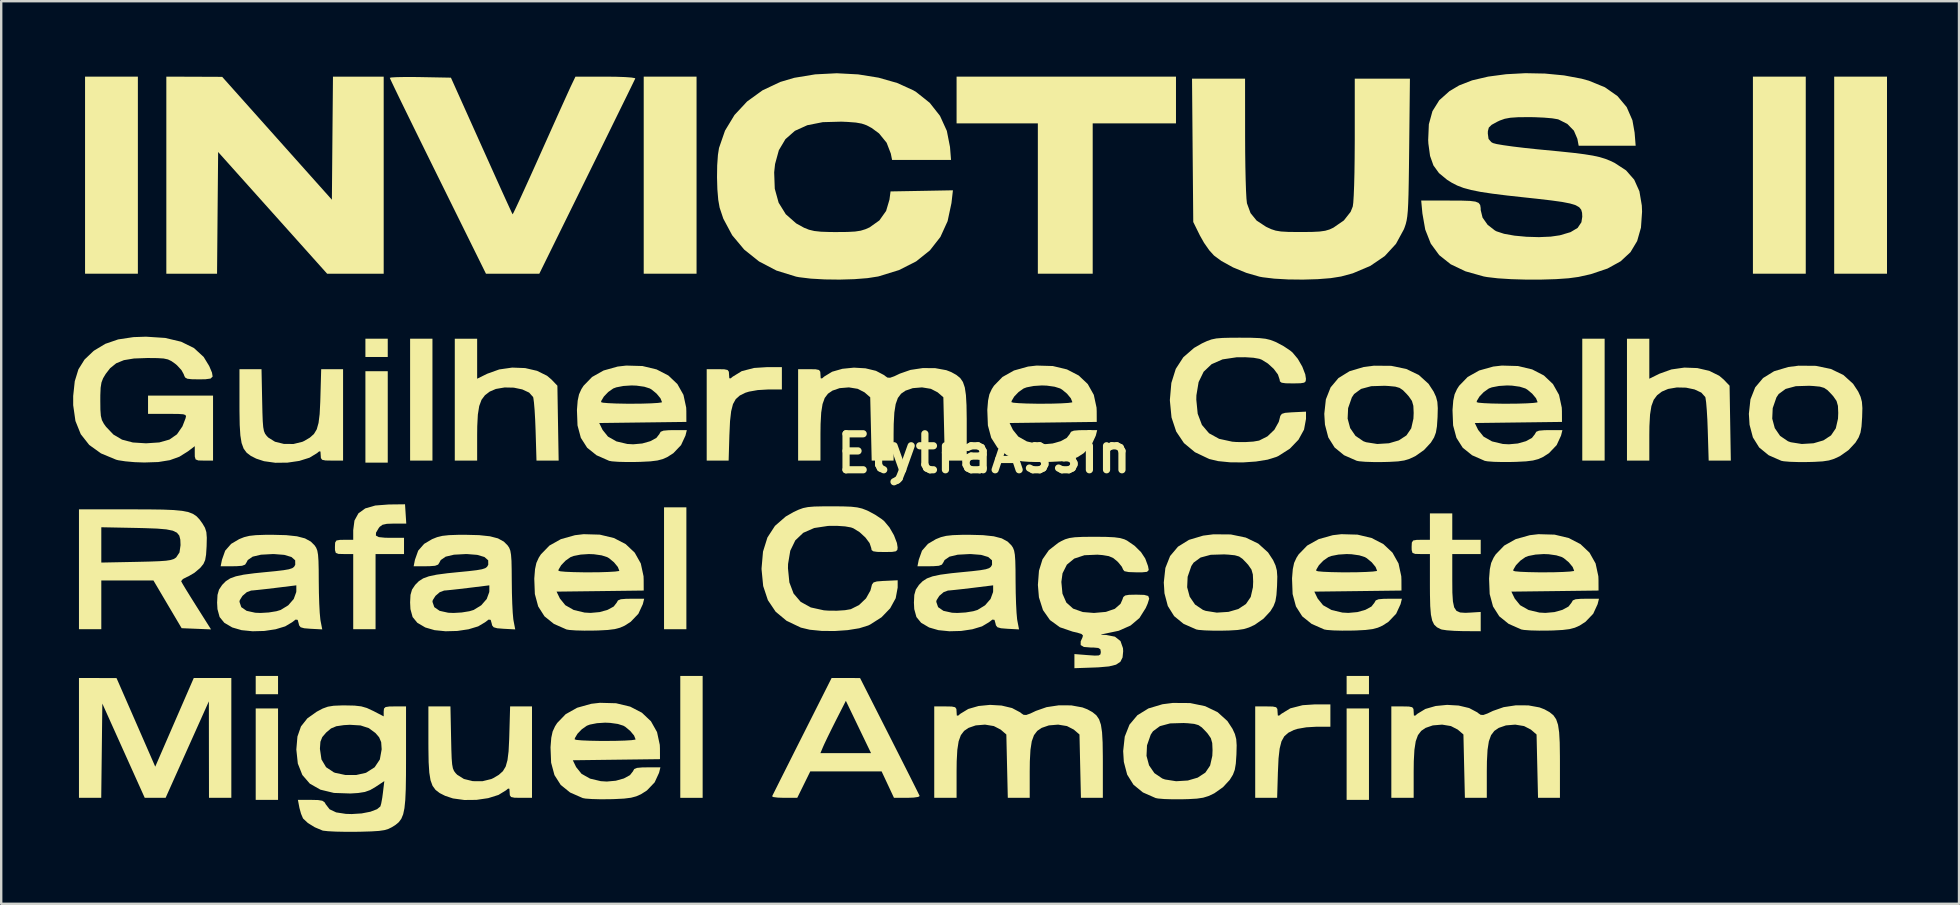
<source format=kicad_pcb>
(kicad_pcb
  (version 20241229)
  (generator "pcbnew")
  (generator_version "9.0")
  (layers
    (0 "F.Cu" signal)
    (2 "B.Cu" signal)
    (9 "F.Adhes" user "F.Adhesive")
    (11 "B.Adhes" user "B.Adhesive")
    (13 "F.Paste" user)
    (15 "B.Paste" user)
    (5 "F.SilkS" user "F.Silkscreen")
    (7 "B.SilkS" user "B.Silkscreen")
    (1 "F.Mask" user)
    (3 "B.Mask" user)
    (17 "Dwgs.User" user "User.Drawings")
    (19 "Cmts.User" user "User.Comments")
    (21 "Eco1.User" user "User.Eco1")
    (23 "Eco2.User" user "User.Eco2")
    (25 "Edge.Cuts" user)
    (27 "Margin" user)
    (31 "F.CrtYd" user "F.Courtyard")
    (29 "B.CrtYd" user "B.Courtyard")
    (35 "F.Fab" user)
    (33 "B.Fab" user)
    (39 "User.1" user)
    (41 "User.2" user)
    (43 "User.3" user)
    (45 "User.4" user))
  (footprint "ElytraAssin"
    (layer "F.Cu")
    (at 37.96 15.85)
    (property "Reference" "ElytraAssin" (at 0 0 0) (layer "F.SilkS") (effects (font (size 1.5 1.5) (thickness 0.3))))
    (attr board_only exclude_from_pos_files exclude_from_bom)
    (fp_poly (pts (xy -35.264 -11.599) (xy -35.264 -7.493) (xy -36.364 -7.493) (xy -37.465 -7.493) (xy -37.465 -11.599) (xy -37.465 -15.706) (xy -36.364 -15.706) (xy -35.264 -15.706)) (stroke (width 0) (type solid)) (fill yes) (layer "F.SilkS"))
    (fp_poly (pts (xy -29.422 9.652) (xy -29.422 10.033) (xy -29.887 10.033) (xy -30.353 10.033) (xy -30.353 9.652) (xy -30.353 9.271) (xy -29.887 9.271) (xy -29.422 9.271)) (stroke (width 0) (type solid)) (fill yes) (layer "F.SilkS"))
    (fp_poly (pts (xy -29.422 12.531) (xy -29.422 14.436) (xy -29.887 14.436) (xy -30.353 14.436) (xy -30.353 12.531) (xy -30.353 10.626) (xy -29.887 10.626) (xy -29.422 10.626)) (stroke (width 0) (type solid)) (fill yes) (layer "F.SilkS"))
    (fp_poly (pts (xy -24.85 -4.403) (xy -24.85 -4.022) (xy -25.315 -4.022) (xy -25.781 -4.022) (xy -25.781 -4.403) (xy -25.781 -4.784) (xy -25.315 -4.784) (xy -24.85 -4.784)) (stroke (width 0) (type solid)) (fill yes) (layer "F.SilkS"))
    (fp_poly (pts (xy -24.85 -1.524) (xy -24.85 0.381) (xy -25.315 0.381) (xy -25.781 0.381) (xy -25.781 -1.524) (xy -25.781 -3.429) (xy -25.315 -3.429) (xy -24.85 -3.429)) (stroke (width 0) (type solid)) (fill yes) (layer "F.SilkS"))
    (fp_poly (pts (xy -22.987 -2.244) (xy -22.987 0.296) (xy -23.453 0.296) (xy -23.918 0.296) (xy -23.918 -2.244) (xy -23.918 -4.784) (xy -23.453 -4.784) (xy -22.987 -4.784)) (stroke (width 0) (type solid)) (fill yes) (layer "F.SilkS"))
    (fp_poly (pts (xy -12.404 4.784) (xy -12.404 7.324) (xy -12.869 7.324) (xy -13.335 7.324) (xy -13.335 4.784) (xy -13.335 2.244) (xy -12.869 2.244) (xy -12.404 2.244)) (stroke (width 0) (type solid)) (fill yes) (layer "F.SilkS"))
    (fp_poly (pts (xy -11.98 -11.599) (xy -11.98 -7.493) (xy -13.081 -7.493) (xy -14.182 -7.493) (xy -14.182 -11.599) (xy -14.182 -15.706) (xy -13.081 -15.706) (xy -11.98 -15.706)) (stroke (width 0) (type solid)) (fill yes) (layer "F.SilkS"))
    (fp_poly (pts (xy -11.726 11.811) (xy -11.726 14.351) (xy -12.192 14.351) (xy -12.658 14.351) (xy -12.658 11.811) (xy -12.658 9.271) (xy -12.192 9.271) (xy -11.726 9.271)) (stroke (width 0) (type solid)) (fill yes) (layer "F.SilkS"))
    (fp_poly (pts (xy 16.044 9.652) (xy 16.044 10.033) (xy 15.579 10.033) (xy 15.113 10.033) (xy 15.113 9.652) (xy 15.113 9.271) (xy 15.579 9.271) (xy 16.044 9.271)) (stroke (width 0) (type solid)) (fill yes) (layer "F.SilkS"))
    (fp_poly (pts (xy 16.044 12.531) (xy 16.044 14.436) (xy 15.579 14.436) (xy 15.113 14.436) (xy 15.113 12.531) (xy 15.113 10.626) (xy 15.579 10.626) (xy 16.044 10.626)) (stroke (width 0) (type solid)) (fill yes) (layer "F.SilkS"))
    (fp_poly (pts (xy 25.866 -2.244) (xy 25.866 0.296) (xy 25.4 0.296) (xy 24.934 0.296) (xy 24.934 -2.244) (xy 24.934 -4.784) (xy 25.4 -4.784) (xy 25.866 -4.784)) (stroke (width 0) (type solid)) (fill yes) (layer "F.SilkS"))
    (fp_poly (pts (xy 34.248 -11.599) (xy 34.248 -7.493) (xy 33.147 -7.493) (xy 32.046 -7.493) (xy 32.046 -11.599) (xy 32.046 -15.706) (xy 33.147 -15.706) (xy 34.248 -15.706)) (stroke (width 0) (type solid)) (fill yes) (layer "F.SilkS"))
    (fp_poly (pts (xy 37.634 -11.599) (xy 37.634 -7.493) (xy 36.534 -7.493) (xy 35.433 -7.493) (xy 35.433 -11.599) (xy 35.433 -15.706) (xy 36.534 -15.706) (xy 37.634 -15.706)) (stroke (width 0) (type solid)) (fill yes) (layer "F.SilkS"))
    (fp_poly (pts (xy 8.001 -14.732) (xy 8.001 -13.758) (xy 6.265 -13.758) (xy 4.53 -13.758) (xy 4.53 -10.626) (xy 4.53 -7.493) (xy 3.387 -7.493) (xy 2.244 -7.493) (xy 2.244 -10.626) (xy 2.244 -13.758) (xy 0.55 -13.758) (xy -1.143 -13.758) (xy -1.143 -14.732) (xy -1.143 -15.706) (xy 3.429 -15.706) (xy 8.001 -15.706)) (stroke (width 0) (type solid)) (fill yes) (layer "F.SilkS"))
    (fp_poly (pts (xy -25.019 -11.599) (xy -25.019 -7.493) (xy -26.198 -7.493) (xy -27.377 -7.493) (xy -29.648 -10.029) (xy -31.919 -12.565) (xy -31.942 -10.029) (xy -31.964 -7.493) (xy -33.021 -7.493) (xy -34.078 -7.493) (xy -34.078 -11.599) (xy -34.078 -15.706) (xy -32.914 -15.702) (xy -31.75 -15.697) (xy -29.464 -13.136) (xy -27.178 -10.576) (xy -27.156 -13.141) (xy -27.133 -15.706) (xy -26.076 -15.706) (xy -25.019 -15.706)) (stroke (width 0) (type solid)) (fill yes) (layer "F.SilkS"))
    (fp_poly (pts (xy -31.369 11.853) (xy -31.369 14.351) (xy -31.835 14.351) (xy -32.3 14.351) (xy -32.303 12.34) (xy -32.305 10.329) (xy -33.207 12.34) (xy -34.108 14.351) (xy -34.543 14.351) (xy -34.978 14.351) (xy -35.862 12.387) (xy -36.745 10.423) (xy -36.768 12.387) (xy -36.791 14.351) (xy -37.255 14.351) (xy -37.719 14.351) (xy -37.719 11.853) (xy -37.719 9.356) (xy -36.936 9.358) (xy -36.153 9.361) (xy -35.346 11.207) (xy -34.54 13.052) (xy -33.738 11.205) (xy -32.935 9.358) (xy -32.152 9.357) (xy -31.369 9.356)) (stroke (width 0) (type solid)) (fill yes) (layer "F.SilkS"))
    (fp_poly (pts (xy -8.424 -3.133) (xy -8.424 -2.667) (xy -9.015 -2.667) (xy -9.428 -2.643) (xy -9.795 -2.578) (xy -9.95 -2.53) (xy -10.178 -2.416) (xy -10.345 -2.268) (xy -10.462 -2.058) (xy -10.538 -1.759) (xy -10.585 -1.345) (xy -10.61 -0.789) (xy -10.611 -0.783) (xy -10.643 0.296) (xy -11.1 0.296) (xy -11.557 0.296) (xy -11.557 -1.609) (xy -11.557 -3.514) (xy -11.091 -3.514) (xy -10.825 -3.509) (xy -10.686 -3.48) (xy -10.634 -3.408) (xy -10.626 -3.289) (xy -10.615 -3.136) (xy -10.56 -3.13) (xy -10.474 -3.201) (xy -10.095 -3.433) (xy -9.581 -3.565) (xy -9.062 -3.598) (xy -8.424 -3.598)) (stroke (width 0) (type solid)) (fill yes) (layer "F.SilkS"))
    (fp_poly (pts (xy 14.436 10.922) (xy 14.436 11.388) (xy 13.845 11.388) (xy 13.432 11.412) (xy 13.065 11.476) (xy 12.91 11.525) (xy 12.682 11.639) (xy 12.515 11.787) (xy 12.398 11.997) (xy 12.322 12.296) (xy 12.275 12.71) (xy 12.25 13.266) (xy 12.249 13.271) (xy 12.217 14.351) (xy 11.76 14.351) (xy 11.303 14.351) (xy 11.303 12.446) (xy 11.303 10.541) (xy 11.769 10.541) (xy 12.035 10.546) (xy 12.174 10.575) (xy 12.226 10.647) (xy 12.234 10.766) (xy 12.245 10.919) (xy 12.3 10.925) (xy 12.386 10.854) (xy 12.765 10.622) (xy 13.279 10.49) (xy 13.798 10.456) (xy 14.436 10.456)) (stroke (width 0) (type solid)) (fill yes) (layer "F.SilkS"))
    (fp_poly (pts (xy -21.124 -3.95) (xy -21.124 -3.116) (xy -20.703 -3.324) (xy -20.204 -3.503) (xy -19.664 -3.58) (xy -19.124 -3.56) (xy -18.627 -3.445) (xy -18.212 -3.24) (xy -18.032 -3.088) (xy -17.78 -2.826) (xy -17.754 -1.265) (xy -17.727 0.296) (xy -18.189 0.296) (xy -18.651 0.296) (xy -18.688 -0.953) (xy -18.706 -1.406) (xy -18.729 -1.808) (xy -18.756 -2.122) (xy -18.782 -2.316) (xy -18.792 -2.353) (xy -18.958 -2.538) (xy -19.242 -2.67) (xy -19.597 -2.744) (xy -19.979 -2.752) (xy -20.343 -2.69) (xy -20.6 -2.58) (xy -20.798 -2.429) (xy -20.942 -2.237) (xy -21.038 -1.976) (xy -21.095 -1.619) (xy -21.12 -1.137) (xy -21.124 -0.765) (xy -21.124 0.296) (xy -21.59 0.296) (xy -22.056 0.296) (xy -22.056 -2.244) (xy -22.056 -4.784) (xy -21.59 -4.784) (xy -21.124 -4.784)) (stroke (width 0) (type solid)) (fill yes) (layer "F.SilkS"))
    (fp_poly (pts (xy 27.728 -3.95) (xy 27.728 -3.116) (xy 28.149 -3.324) (xy 28.649 -3.503) (xy 29.189 -3.58) (xy 29.728 -3.56) (xy 30.226 -3.445) (xy 30.641 -3.24) (xy 30.821 -3.088) (xy 31.073 -2.826) (xy 31.099 -1.265) (xy 31.125 0.296) (xy 30.664 0.296) (xy 30.202 0.296) (xy 30.164 -0.953) (xy 30.147 -1.406) (xy 30.123 -1.808) (xy 30.097 -2.122) (xy 30.07 -2.316) (xy 30.06 -2.353) (xy 29.894 -2.538) (xy 29.611 -2.67) (xy 29.256 -2.744) (xy 28.874 -2.752) (xy 28.51 -2.69) (xy 28.252 -2.58) (xy 28.054 -2.429) (xy 27.911 -2.237) (xy 27.815 -1.976) (xy 27.758 -1.619) (xy 27.732 -1.137) (xy 27.728 -0.765) (xy 27.728 0.296) (xy 27.263 0.296) (xy 26.797 0.296) (xy 26.797 -2.244) (xy 26.797 -4.784) (xy 27.263 -4.784) (xy 27.728 -4.784)) (stroke (width 0) (type solid)) (fill yes) (layer "F.SilkS"))
    (fp_poly (pts (xy -24.104 2.519) (xy -24.078 2.921) (xy -24.586 2.921) (xy -24.886 2.931) (xy -25.069 2.971) (xy -25.185 3.056) (xy -25.226 3.109) (xy -25.339 3.3) (xy -25.344 3.42) (xy -25.223 3.485) (xy -24.961 3.511) (xy -24.765 3.514) (xy -24.172 3.514) (xy -24.172 3.852) (xy -24.172 4.191) (xy -24.765 4.191) (xy -25.358 4.191) (xy -25.358 5.757) (xy -25.358 7.324) (xy -25.823 7.324) (xy -26.289 7.324) (xy -26.289 5.757) (xy -26.289 4.191) (xy -26.67 4.191) (xy -26.904 4.185) (xy -27.015 4.142) (xy -27.049 4.027) (xy -27.051 3.895) (xy -27.043 3.713) (xy -26.988 3.626) (xy -26.84 3.6) (xy -26.67 3.598) (xy -26.289 3.598) (xy -26.289 3.194) (xy -26.237 2.794) (xy -26.073 2.495) (xy -25.788 2.289) (xy -25.369 2.168) (xy -24.807 2.125) (xy -24.13 2.117)) (stroke (width 0) (type solid)) (fill yes) (layer "F.SilkS"))
    (fp_poly (pts (xy -5.758 9.357) (xy -5.165 9.359) (xy -3.937 11.779) (xy -3.637 12.371) (xy -3.362 12.915) (xy -3.121 13.392) (xy -2.924 13.785) (xy -2.779 14.075) (xy -2.697 14.242) (xy -2.681 14.275) (xy -2.743 14.314) (xy -2.933 14.341) (xy -3.202 14.351) (xy -3.752 14.351) (xy -4.009 13.801) (xy -4.267 13.25) (xy -5.754 13.25) (xy -7.241 13.25) (xy -7.512 13.801) (xy -7.783 14.351) (xy -8.323 14.351) (xy -8.594 14.342) (xy -8.777 14.319) (xy -8.832 14.287) (xy -8.788 14.199) (xy -8.677 13.978) (xy -8.509 13.642) (xy -8.292 13.211) (xy -8.036 12.702) (xy -7.929 12.488) (xy -6.818 12.488) (xy -5.763 12.488) (xy -4.708 12.488) (xy -5.233 11.398) (xy -5.757 10.308) (xy -6.172 11.123) (xy -6.356 11.49) (xy -6.523 11.83) (xy -6.65 12.097) (xy -6.702 12.213) (xy -6.818 12.488) (xy -7.929 12.488) (xy -7.751 12.135) (xy -7.577 11.79) (xy -6.351 9.356)) (stroke (width 0) (type solid)) (fill yes) (layer "F.SilkS"))
    (fp_poly (pts (xy 19.516 3.048) (xy 19.516 3.598) (xy 20.108 3.598) (xy 20.701 3.598) (xy 20.701 3.895) (xy 20.701 4.191) (xy 20.108 4.191) (xy 19.516 4.191) (xy 19.516 5.286) (xy 19.52 5.8) (xy 19.543 6.168) (xy 19.595 6.413) (xy 19.691 6.558) (xy 19.842 6.626) (xy 20.061 6.641) (xy 20.249 6.632) (xy 20.701 6.604) (xy 20.701 7.006) (xy 20.701 7.408) (xy 19.96 7.403) (xy 19.601 7.392) (xy 19.29 7.369) (xy 19.078 7.337) (xy 19.038 7.324) (xy 18.878 7.243) (xy 18.76 7.131) (xy 18.679 6.963) (xy 18.626 6.715) (xy 18.597 6.361) (xy 18.586 5.877) (xy 18.584 5.527) (xy 18.584 4.191) (xy 18.203 4.191) (xy 17.969 4.185) (xy 17.858 4.142) (xy 17.825 4.027) (xy 17.822 3.895) (xy 17.83 3.713) (xy 17.886 3.626) (xy 18.034 3.6) (xy 18.203 3.598) (xy 18.584 3.598) (xy 18.584 3.048) (xy 18.584 2.498) (xy 19.05 2.498) (xy 19.516 2.498)) (stroke (width 0) (type solid)) (fill yes) (layer "F.SilkS"))
    (fp_poly (pts (xy -30.084 -2.203) (xy -30.073 -1.705) (xy -30.06 -1.348) (xy -30.04 -1.101) (xy -30.009 -0.935) (xy -29.962 -0.822) (xy -29.894 -0.732) (xy -29.828 -0.664) (xy -29.549 -0.49) (xy -29.179 -0.399) (xy -28.779 -0.396) (xy -28.408 -0.487) (xy -28.327 -0.525) (xy -28.095 -0.662) (xy -27.926 -0.813) (xy -27.809 -1.007) (xy -27.734 -1.274) (xy -27.688 -1.641) (xy -27.663 -2.139) (xy -27.657 -2.332) (xy -27.624 -3.514) (xy -27.168 -3.514) (xy -26.712 -3.514) (xy -26.712 -1.609) (xy -26.712 0.296) (xy -27.178 0.296) (xy -27.444 0.291) (xy -27.583 0.263) (xy -27.636 0.19) (xy -27.644 0.072) (xy -27.654 -0.082) (xy -27.71 -0.088) (xy -27.795 -0.016) (xy -28.109 0.175) (xy -28.536 0.309) (xy -29.027 0.381) (xy -29.533 0.387) (xy -30.007 0.321) (xy -30.33 0.215) (xy -30.559 0.098) (xy -30.731 -0.033) (xy -30.856 -0.203) (xy -30.941 -0.436) (xy -30.993 -0.757) (xy -31.02 -1.189) (xy -31.029 -1.757) (xy -31.03 -2.011) (xy -31.03 -3.514) (xy -30.571 -3.514) (xy -30.111 -3.514)) (stroke (width 0) (type solid)) (fill yes) (layer "F.SilkS"))
    (fp_poly (pts (xy -22.21 11.852) (xy -22.199 12.349) (xy -22.186 12.707) (xy -22.166 12.954) (xy -22.135 13.12) (xy -22.088 13.233) (xy -22.02 13.323) (xy -21.954 13.391) (xy -21.675 13.565) (xy -21.305 13.656) (xy -20.905 13.659) (xy -20.534 13.568) (xy -20.453 13.53) (xy -20.221 13.393) (xy -20.052 13.241) (xy -19.935 13.047) (xy -19.86 12.781) (xy -19.814 12.414) (xy -19.789 11.915) (xy -19.783 11.722) (xy -19.75 10.541) (xy -19.294 10.541) (xy -18.838 10.541) (xy -18.838 12.446) (xy -18.838 14.351) (xy -19.304 14.351) (xy -19.57 14.346) (xy -19.709 14.317) (xy -19.762 14.245) (xy -19.77 14.126) (xy -19.78 13.973) (xy -19.836 13.967) (xy -19.921 14.038) (xy -20.235 14.23) (xy -20.662 14.364) (xy -21.153 14.436) (xy -21.659 14.441) (xy -22.133 14.376) (xy -22.456 14.269) (xy -22.685 14.153) (xy -22.857 14.021) (xy -22.982 13.851) (xy -23.067 13.618) (xy -23.119 13.298) (xy -23.146 12.866) (xy -23.155 12.298) (xy -23.156 12.044) (xy -23.156 10.541) (xy -22.697 10.541) (xy -22.237 10.541)) (stroke (width 0) (type solid)) (fill yes) (layer "F.SilkS"))
    (fp_poly (pts (xy -15.325 -15.701) (xy -14.956 -15.688) (xy -14.688 -15.668) (xy -14.548 -15.643) (xy -14.534 -15.63) (xy -14.576 -15.542) (xy -14.686 -15.316) (xy -14.856 -14.967) (xy -15.081 -14.509) (xy -15.352 -13.957) (xy -15.663 -13.323) (xy -16.006 -12.624) (xy -16.376 -11.873) (xy -16.548 -11.524) (xy -18.533 -7.493) (xy -19.645 -7.493) (xy -20.757 -7.493) (xy -22.761 -11.548) (xy -23.141 -12.318) (xy -23.498 -13.043) (xy -23.824 -13.707) (xy -24.113 -14.297) (xy -24.358 -14.799) (xy -24.551 -15.199) (xy -24.686 -15.482) (xy -24.756 -15.634) (xy -24.765 -15.656) (xy -24.685 -15.673) (xy -24.465 -15.685) (xy -24.135 -15.691) (xy -23.722 -15.69) (xy -23.491 -15.687) (xy -22.217 -15.663) (xy -20.944 -12.827) (xy -20.653 -12.181) (xy -20.385 -11.585) (xy -20.147 -11.057) (xy -19.946 -10.614) (xy -19.79 -10.273) (xy -19.688 -10.052) (xy -19.647 -9.967) (xy -19.647 -9.967) (xy -19.608 -10.036) (xy -19.509 -10.241) (xy -19.358 -10.565) (xy -19.163 -10.991) (xy -18.932 -11.499) (xy -18.673 -12.073) (xy -18.498 -12.465) (xy -18.217 -13.092) (xy -17.951 -13.685) (xy -17.71 -14.222) (xy -17.503 -14.68) (xy -17.34 -15.039) (xy -17.232 -15.277) (xy -17.199 -15.346) (xy -17.027 -15.706) (xy -15.766 -15.706)) (stroke (width 0) (type solid)) (fill yes) (layer "F.SilkS"))
    (fp_poly (pts (xy 8.59 10.401) (xy 9.216 10.531) (xy 9.737 10.782) (xy 10.144 11.15) (xy 10.356 11.474) (xy 10.457 11.693) (xy 10.512 11.903) (xy 10.53 12.162) (xy 10.521 12.529) (xy 10.52 12.553) (xy 10.495 12.925) (xy 10.451 13.184) (xy 10.375 13.386) (xy 10.25 13.589) (xy 10.238 13.607) (xy 9.958 13.909) (xy 9.604 14.159) (xy 9.569 14.177) (xy 9.35 14.279) (xy 9.135 14.345) (xy 8.875 14.384) (xy 8.522 14.404) (xy 8.258 14.411) (xy 7.863 14.412) (xy 7.513 14.401) (xy 7.254 14.379) (xy 7.154 14.36) (xy 6.623 14.126) (xy 6.23 13.805) (xy 5.967 13.384) (xy 5.828 12.854) (xy 5.812 12.602) (xy 6.773 12.602) (xy 6.879 12.998) (xy 7.102 13.322) (xy 7.431 13.545) (xy 7.545 13.586) (xy 8.008 13.659) (xy 8.496 13.629) (xy 8.906 13.509) (xy 9.224 13.301) (xy 9.423 13.007) (xy 9.515 12.603) (xy 9.525 12.364) (xy 9.512 12.069) (xy 9.454 11.865) (xy 9.322 11.674) (xy 9.237 11.579) (xy 9.079 11.417) (xy 8.937 11.32) (xy 8.759 11.269) (xy 8.491 11.242) (xy 8.316 11.233) (xy 7.756 11.249) (xy 7.332 11.363) (xy 7.043 11.576) (xy 6.949 11.717) (xy 6.793 12.165) (xy 6.773 12.602) (xy 5.812 12.602) (xy 5.8 12.403) (xy 5.866 11.799) (xy 6.063 11.301) (xy 6.391 10.91) (xy 6.851 10.626) (xy 7.44 10.45) (xy 7.869 10.396)) (stroke (width 0) (type solid)) (fill yes) (layer "F.SilkS"))
    (fp_poly (pts (xy 10.284 3.374) (xy 10.909 3.504) (xy 11.43 3.755) (xy 11.837 4.122) (xy 12.05 4.446) (xy 12.15 4.666) (xy 12.205 4.876) (xy 12.224 5.135) (xy 12.214 5.501) (xy 12.213 5.526) (xy 12.188 5.898) (xy 12.145 6.157) (xy 12.068 6.359) (xy 11.944 6.561) (xy 11.931 6.58) (xy 11.651 6.882) (xy 11.297 7.131) (xy 11.263 7.15) (xy 11.043 7.251) (xy 10.828 7.317) (xy 10.568 7.356) (xy 10.215 7.377) (xy 9.951 7.383) (xy 9.557 7.384) (xy 9.206 7.373) (xy 8.947 7.352) (xy 8.847 7.333) (xy 8.316 7.099) (xy 7.923 6.777) (xy 7.661 6.357) (xy 7.521 5.827) (xy 7.506 5.575) (xy 8.467 5.575) (xy 8.573 5.97) (xy 8.795 6.295) (xy 9.124 6.517) (xy 9.239 6.559) (xy 9.701 6.632) (xy 10.189 6.601) (xy 10.599 6.482) (xy 10.917 6.273) (xy 11.116 5.98) (xy 11.208 5.576) (xy 11.218 5.337) (xy 11.205 5.042) (xy 11.147 4.838) (xy 11.015 4.647) (xy 10.93 4.552) (xy 10.772 4.39) (xy 10.631 4.293) (xy 10.453 4.242) (xy 10.185 4.215) (xy 10.009 4.205) (xy 9.449 4.222) (xy 9.026 4.336) (xy 8.736 4.548) (xy 8.642 4.689) (xy 8.487 5.138) (xy 8.467 5.575) (xy 7.506 5.575) (xy 7.493 5.376) (xy 7.559 4.771) (xy 7.756 4.274) (xy 8.085 3.883) (xy 8.544 3.599) (xy 9.134 3.423) (xy 9.562 3.368)) (stroke (width 0) (type solid)) (fill yes) (layer "F.SilkS"))
    (fp_poly (pts (xy 16.972 -3.653) (xy 17.598 -3.523) (xy 18.119 -3.273) (xy 18.526 -2.905) (xy 18.738 -2.581) (xy 18.839 -2.362) (xy 18.894 -2.151) (xy 18.912 -1.892) (xy 18.903 -1.526) (xy 18.902 -1.502) (xy 18.877 -1.13) (xy 18.833 -0.871) (xy 18.757 -0.668) (xy 18.632 -0.466) (xy 18.62 -0.448) (xy 18.34 -0.146) (xy 17.986 0.104) (xy 17.951 0.122) (xy 17.732 0.224) (xy 17.517 0.29) (xy 17.257 0.329) (xy 16.904 0.349) (xy 16.64 0.356) (xy 16.245 0.357) (xy 15.895 0.346) (xy 15.636 0.324) (xy 15.536 0.305) (xy 15.005 0.072) (xy 14.612 -0.25) (xy 14.349 -0.67) (xy 14.21 -1.201) (xy 14.194 -1.453) (xy 15.155 -1.453) (xy 15.261 -1.057) (xy 15.484 -0.733) (xy 15.813 -0.51) (xy 15.927 -0.469) (xy 16.39 -0.396) (xy 16.878 -0.426) (xy 17.288 -0.546) (xy 17.606 -0.754) (xy 17.805 -1.048) (xy 17.897 -1.451) (xy 17.907 -1.69) (xy 17.894 -1.985) (xy 17.836 -2.189) (xy 17.704 -2.38) (xy 17.619 -2.476) (xy 17.461 -2.638) (xy 17.319 -2.734) (xy 17.141 -2.786) (xy 16.873 -2.812) (xy 16.698 -2.822) (xy 16.138 -2.805) (xy 15.714 -2.691) (xy 15.425 -2.479) (xy 15.331 -2.338) (xy 15.175 -1.89) (xy 15.155 -1.453) (xy 14.194 -1.453) (xy 14.182 -1.652) (xy 14.248 -2.256) (xy 14.445 -2.754) (xy 14.773 -3.145) (xy 15.233 -3.428) (xy 15.822 -3.604) (xy 16.251 -3.659)) (stroke (width 0) (type solid)) (fill yes) (layer "F.SilkS"))
    (fp_poly (pts (xy 34.668 -3.653) (xy 35.293 -3.523) (xy 35.814 -3.273) (xy 36.221 -2.905) (xy 36.434 -2.581) (xy 36.534 -2.362) (xy 36.589 -2.151) (xy 36.608 -1.892) (xy 36.598 -1.526) (xy 36.597 -1.502) (xy 36.572 -1.13) (xy 36.529 -0.871) (xy 36.452 -0.668) (xy 36.328 -0.466) (xy 36.315 -0.448) (xy 36.035 -0.146) (xy 35.681 0.104) (xy 35.647 0.122) (xy 35.427 0.224) (xy 35.212 0.29) (xy 34.952 0.329) (xy 34.599 0.349) (xy 34.335 0.356) (xy 33.941 0.357) (xy 33.59 0.346) (xy 33.331 0.324) (xy 33.231 0.305) (xy 32.7 0.072) (xy 32.307 -0.25) (xy 32.045 -0.67) (xy 31.905 -1.201) (xy 31.89 -1.453) (xy 32.851 -1.453) (xy 32.957 -1.057) (xy 33.179 -0.733) (xy 33.508 -0.51) (xy 33.623 -0.469) (xy 34.085 -0.396) (xy 34.573 -0.426) (xy 34.983 -0.546) (xy 35.301 -0.754) (xy 35.5 -1.048) (xy 35.592 -1.451) (xy 35.602 -1.69) (xy 35.589 -1.985) (xy 35.531 -2.189) (xy 35.399 -2.38) (xy 35.314 -2.476) (xy 35.156 -2.638) (xy 35.015 -2.734) (xy 34.837 -2.786) (xy 34.569 -2.812) (xy 34.393 -2.822) (xy 33.833 -2.805) (xy 33.41 -2.691) (xy 33.12 -2.479) (xy 33.026 -2.338) (xy 32.871 -1.89) (xy 32.851 -1.453) (xy 31.89 -1.453) (xy 31.877 -1.652) (xy 31.943 -2.256) (xy 32.14 -2.754) (xy 32.469 -3.145) (xy 32.928 -3.428) (xy 33.518 -3.604) (xy 33.946 -3.659)) (stroke (width 0) (type solid)) (fill yes) (layer "F.SilkS"))
    (fp_poly (pts (xy -4.94 -3.55) (xy -4.503 -3.445) (xy -4.161 -3.265) (xy -4.119 -3.229) (xy -4.024 -3.163) (xy -3.913 -3.157) (xy -3.74 -3.218) (xy -3.511 -3.327) (xy -3.065 -3.483) (xy -2.553 -3.56) (xy -2.035 -3.557) (xy -1.57 -3.472) (xy -1.366 -3.393) (xy -1.153 -3.275) (xy -0.993 -3.146) (xy -0.878 -2.979) (xy -0.8 -2.75) (xy -0.753 -2.434) (xy -0.729 -2.007) (xy -0.72 -1.445) (xy -0.72 -1.206) (xy -0.72 0.296) (xy -1.176 0.296) (xy -1.633 0.296) (xy -1.663 -1.024) (xy -1.694 -2.343) (xy -1.931 -2.548) (xy -2.215 -2.695) (xy -2.583 -2.755) (xy -2.969 -2.723) (xy -3.271 -2.619) (xy -3.455 -2.492) (xy -3.59 -2.314) (xy -3.681 -2.06) (xy -3.737 -1.705) (xy -3.763 -1.224) (xy -3.768 -0.807) (xy -3.768 0.296) (xy -4.224 0.296) (xy -4.681 0.296) (xy -4.711 -1.024) (xy -4.742 -2.343) (xy -4.979 -2.548) (xy -5.263 -2.695) (xy -5.631 -2.755) (xy -6.017 -2.723) (xy -6.319 -2.619) (xy -6.503 -2.492) (xy -6.638 -2.314) (xy -6.729 -2.06) (xy -6.785 -1.705) (xy -6.811 -1.224) (xy -6.816 -0.807) (xy -6.816 0.296) (xy -7.281 0.296) (xy -7.747 0.296) (xy -7.747 -1.609) (xy -7.747 -3.514) (xy -7.281 -3.514) (xy -7.015 -3.509) (xy -6.876 -3.48) (xy -6.824 -3.408) (xy -6.816 -3.289) (xy -6.806 -3.134) (xy -6.75 -3.129) (xy -6.654 -3.21) (xy -6.328 -3.408) (xy -5.901 -3.53) (xy -5.422 -3.578)) (stroke (width 0) (type solid)) (fill yes) (layer "F.SilkS"))
    (fp_poly (pts (xy 0.733 10.505) (xy 1.169 10.609) (xy 1.511 10.79) (xy 1.553 10.826) (xy 1.648 10.891) (xy 1.759 10.898) (xy 1.932 10.837) (xy 2.161 10.728) (xy 2.607 10.572) (xy 3.119 10.495) (xy 3.638 10.498) (xy 4.102 10.583) (xy 4.307 10.662) (xy 4.519 10.779) (xy 4.68 10.909) (xy 4.795 11.076) (xy 4.873 11.305) (xy 4.92 11.621) (xy 4.944 12.047) (xy 4.952 12.61) (xy 4.953 12.848) (xy 4.953 14.351) (xy 4.496 14.351) (xy 4.04 14.351) (xy 4.009 13.031) (xy 3.979 11.711) (xy 3.742 11.507) (xy 3.457 11.36) (xy 3.09 11.3) (xy 2.703 11.332) (xy 2.402 11.436) (xy 2.218 11.562) (xy 2.083 11.74) (xy 1.991 11.994) (xy 1.936 12.35) (xy 1.91 12.831) (xy 1.905 13.248) (xy 1.905 14.351) (xy 1.448 14.351) (xy 0.992 14.351) (xy 0.961 13.031) (xy 0.931 11.711) (xy 0.694 11.507) (xy 0.409 11.36) (xy 0.042 11.3) (xy -0.345 11.332) (xy -0.646 11.436) (xy -0.83 11.562) (xy -0.965 11.74) (xy -1.057 11.994) (xy -1.112 12.35) (xy -1.138 12.831) (xy -1.143 13.248) (xy -1.143 14.351) (xy -1.609 14.351) (xy -2.074 14.351) (xy -2.074 12.446) (xy -2.074 10.541) (xy -1.609 10.541) (xy -1.342 10.546) (xy -1.204 10.575) (xy -1.151 10.647) (xy -1.143 10.766) (xy -1.134 10.92) (xy -1.078 10.926) (xy -0.982 10.845) (xy -0.655 10.647) (xy -0.228 10.524) (xy 0.251 10.477)) (stroke (width 0) (type solid)) (fill yes) (layer "F.SilkS"))
    (fp_poly (pts (xy 19.783 10.505) (xy 20.219 10.609) (xy 20.561 10.79) (xy 20.603 10.826) (xy 20.698 10.891) (xy 20.809 10.898) (xy 20.982 10.837) (xy 21.211 10.728) (xy 21.657 10.572) (xy 22.169 10.495) (xy 22.688 10.498) (xy 23.152 10.583) (xy 23.357 10.662) (xy 23.569 10.779) (xy 23.73 10.909) (xy 23.845 11.076) (xy 23.923 11.305) (xy 23.97 11.621) (xy 23.994 12.047) (xy 24.002 12.61) (xy 24.003 12.848) (xy 24.003 14.351) (xy 23.546 14.351) (xy 23.09 14.351) (xy 23.059 13.031) (xy 23.029 11.711) (xy 22.792 11.507) (xy 22.507 11.36) (xy 22.14 11.3) (xy 21.753 11.332) (xy 21.452 11.436) (xy 21.268 11.562) (xy 21.133 11.74) (xy 21.041 11.994) (xy 20.986 12.35) (xy 20.96 12.831) (xy 20.955 13.248) (xy 20.955 14.351) (xy 20.498 14.351) (xy 20.042 14.351) (xy 20.011 13.031) (xy 19.981 11.711) (xy 19.744 11.507) (xy 19.459 11.36) (xy 19.092 11.3) (xy 18.705 11.332) (xy 18.404 11.436) (xy 18.22 11.562) (xy 18.085 11.74) (xy 17.993 11.994) (xy 17.938 12.35) (xy 17.912 12.831) (xy 17.907 13.248) (xy 17.907 14.351) (xy 17.441 14.351) (xy 16.976 14.351) (xy 16.976 12.446) (xy 16.976 10.541) (xy 17.441 10.541) (xy 17.708 10.546) (xy 17.846 10.575) (xy 17.899 10.647) (xy 17.907 10.766) (xy 17.916 10.92) (xy 17.972 10.926) (xy 18.068 10.845) (xy 18.395 10.647) (xy 18.822 10.524) (xy 19.301 10.477)) (stroke (width 0) (type solid)) (fill yes) (layer "F.SilkS"))
    (fp_poly (pts (xy -35.539 2.328) (xy -34.808 2.33) (xy -34.225 2.338) (xy -33.77 2.357) (xy -33.423 2.39) (xy -33.162 2.441) (xy -32.968 2.516) (xy -32.818 2.617) (xy -32.693 2.75) (xy -32.573 2.917) (xy -32.57 2.921) (xy -32.467 3.097) (xy -32.41 3.276) (xy -32.391 3.511) (xy -32.399 3.859) (xy -32.399 3.868) (xy -32.421 4.212) (xy -32.459 4.439) (xy -32.53 4.601) (xy -32.649 4.749) (xy -32.677 4.779) (xy -32.91 4.975) (xy -33.165 5.123) (xy -33.208 5.141) (xy -33.385 5.23) (xy -33.458 5.318) (xy -33.456 5.332) (xy -33.4 5.434) (xy -33.271 5.649) (xy -33.087 5.947) (xy -32.866 6.3) (xy -32.818 6.376) (xy -32.215 7.331) (xy -32.828 7.306) (xy -33.44 7.281) (xy -34.028 6.287) (xy -34.615 5.292) (xy -35.701 5.292) (xy -36.788 5.292) (xy -36.788 6.308) (xy -36.788 7.324) (xy -37.253 7.324) (xy -37.719 7.324) (xy -37.719 4.826) (xy -37.719 3.81) (xy -36.788 3.81) (xy -36.788 4.546) (xy -35.315 4.517) (xy -34.773 4.504) (xy -34.374 4.489) (xy -34.092 4.469) (xy -33.901 4.44) (xy -33.774 4.4) (xy -33.686 4.345) (xy -33.664 4.326) (xy -33.529 4.124) (xy -33.486 3.823) (xy -33.486 3.81) (xy -33.495 3.589) (xy -33.538 3.422) (xy -33.636 3.301) (xy -33.808 3.217) (xy -34.076 3.163) (xy -34.461 3.13) (xy -34.983 3.111) (xy -35.315 3.103) (xy -36.788 3.074) (xy -36.788 3.81) (xy -37.719 3.81) (xy -37.719 2.328)) (stroke (width 0) (type solid)) (fill yes) (layer "F.SilkS"))
    (fp_poly (pts (xy 10.882 -13.187) (xy 10.885 -12.544) (xy 10.893 -11.941) (xy 10.905 -11.403) (xy 10.92 -10.956) (xy 10.938 -10.625) (xy 10.958 -10.434) (xy 10.961 -10.421) (xy 11.109 -10.018) (xy 11.362 -9.707) (xy 11.75 -9.452) (xy 11.773 -9.44) (xy 11.97 -9.349) (xy 12.158 -9.288) (xy 12.378 -9.252) (xy 12.672 -9.235) (xy 13.083 -9.23) (xy 13.208 -9.23) (xy 13.662 -9.234) (xy 13.986 -9.25) (xy 14.22 -9.283) (xy 14.403 -9.337) (xy 14.563 -9.412) (xy 14.999 -9.714) (xy 15.28 -10.071) (xy 15.369 -10.294) (xy 15.39 -10.451) (xy 15.409 -10.753) (xy 15.426 -11.176) (xy 15.439 -11.696) (xy 15.447 -12.289) (xy 15.451 -12.931) (xy 15.452 -13.102) (xy 15.452 -15.621) (xy 16.601 -15.621) (xy 17.751 -15.621) (xy 17.72 -12.721) (xy 17.711 -11.94) (xy 17.702 -11.309) (xy 17.692 -10.807) (xy 17.679 -10.416) (xy 17.663 -10.116) (xy 17.641 -9.887) (xy 17.613 -9.709) (xy 17.577 -9.563) (xy 17.532 -9.429) (xy 17.497 -9.339) (xy 17.169 -8.736) (xy 16.702 -8.228) (xy 16.101 -7.818) (xy 15.371 -7.509) (xy 14.885 -7.377) (xy 14.452 -7.308) (xy 13.904 -7.265) (xy 13.294 -7.247) (xy 12.673 -7.254) (xy 12.096 -7.287) (xy 11.613 -7.345) (xy 11.483 -7.369) (xy 10.931 -7.529) (xy 10.381 -7.755) (xy 9.894 -8.023) (xy 9.586 -8.25) (xy 9.387 -8.47) (xy 9.172 -8.778) (xy 8.998 -9.086) (xy 8.721 -9.648) (xy 8.695 -12.634) (xy 8.67 -15.621) (xy 9.775 -15.621) (xy 10.88 -15.621)) (stroke (width 0) (type solid)) (fill yes) (layer "F.SilkS"))
    (fp_poly (pts (xy -16.012 3.382) (xy -15.424 3.523) (xy -14.934 3.777) (xy -14.557 4.133) (xy -14.304 4.583) (xy -14.189 5.117) (xy -14.184 5.269) (xy -14.182 5.712) (xy -15.998 5.735) (xy -17.814 5.757) (xy -17.675 6.044) (xy -17.449 6.323) (xy -17.097 6.523) (xy -16.645 6.63) (xy -16.396 6.644) (xy -16.021 6.61) (xy -15.686 6.516) (xy -15.433 6.378) (xy -15.305 6.214) (xy -15.303 6.208) (xy -15.254 6.123) (xy -15.137 6.075) (xy -14.913 6.056) (xy -14.713 6.054) (xy -14.163 6.054) (xy -14.22 6.281) (xy -14.404 6.679) (xy -14.725 7.015) (xy -14.972 7.174) (xy -15.169 7.261) (xy -15.39 7.319) (xy -15.679 7.355) (xy -16.079 7.376) (xy -16.256 7.38) (xy -16.658 7.383) (xy -17.016 7.374) (xy -17.284 7.354) (xy -17.4 7.334) (xy -17.927 7.101) (xy -18.318 6.786) (xy -18.58 6.375) (xy -18.719 5.858) (xy -18.743 5.221) (xy -18.741 5.189) (xy -18.717 4.887) (xy -17.738 4.887) (xy -17.658 4.91) (xy -17.438 4.93) (xy -17.107 4.944) (xy -16.695 4.952) (xy -16.468 4.953) (xy -16.026 4.949) (xy -15.651 4.937) (xy -15.372 4.92) (xy -15.218 4.899) (xy -15.198 4.887) (xy -15.262 4.728) (xy -15.421 4.535) (xy -15.626 4.365) (xy -15.707 4.318) (xy -15.937 4.245) (xy -16.26 4.199) (xy -16.468 4.191) (xy -16.808 4.213) (xy -17.103 4.271) (xy -17.229 4.318) (xy -17.439 4.465) (xy -17.621 4.655) (xy -17.728 4.834) (xy -17.738 4.887) (xy -18.717 4.887) (xy -18.712 4.823) (xy -18.656 4.562) (xy -18.557 4.344) (xy -18.467 4.204) (xy -18.112 3.838) (xy -17.632 3.569) (xy -17.046 3.405) (xy -16.687 3.363)) (stroke (width 0) (type solid)) (fill yes) (layer "F.SilkS"))
    (fp_poly (pts (xy -15.335 10.409) (xy -14.746 10.55) (xy -14.257 10.804) (xy -13.88 11.161) (xy -13.627 11.611) (xy -13.512 12.144) (xy -13.506 12.296) (xy -13.504 12.739) (xy -15.32 12.762) (xy -17.137 12.785) (xy -16.998 13.071) (xy -16.772 13.351) (xy -16.419 13.55) (xy -15.968 13.657) (xy -15.718 13.672) (xy -15.344 13.638) (xy -15.008 13.543) (xy -14.755 13.405) (xy -14.627 13.242) (xy -14.626 13.235) (xy -14.576 13.15) (xy -14.46 13.103) (xy -14.236 13.083) (xy -14.036 13.081) (xy -13.486 13.081) (xy -13.543 13.309) (xy -13.726 13.706) (xy -14.048 14.043) (xy -14.295 14.201) (xy -14.492 14.288) (xy -14.713 14.347) (xy -15.002 14.383) (xy -15.401 14.403) (xy -15.579 14.408) (xy -15.981 14.411) (xy -16.338 14.401) (xy -16.607 14.382) (xy -16.722 14.361) (xy -17.25 14.129) (xy -17.641 13.813) (xy -17.902 13.403) (xy -18.041 12.885) (xy -18.066 12.249) (xy -18.064 12.216) (xy -18.04 11.915) (xy -17.06 11.915) (xy -16.981 11.937) (xy -16.761 11.957) (xy -16.43 11.971) (xy -16.018 11.979) (xy -15.79 11.98) (xy -15.348 11.976) (xy -14.973 11.965) (xy -14.694 11.948) (xy -14.541 11.926) (xy -14.52 11.915) (xy -14.584 11.755) (xy -14.744 11.563) (xy -14.949 11.392) (xy -15.029 11.345) (xy -15.26 11.272) (xy -15.582 11.227) (xy -15.79 11.218) (xy -16.13 11.24) (xy -16.426 11.298) (xy -16.551 11.345) (xy -16.761 11.492) (xy -16.944 11.682) (xy -17.05 11.861) (xy -17.06 11.915) (xy -18.04 11.915) (xy -18.035 11.85) (xy -17.979 11.59) (xy -17.879 11.372) (xy -17.789 11.232) (xy -17.435 10.865) (xy -16.955 10.596) (xy -16.369 10.432) (xy -16.01 10.391)) (stroke (width 0) (type solid)) (fill yes) (layer "F.SilkS"))
    (fp_poly (pts (xy -14.234 -3.645) (xy -13.646 -3.504) (xy -13.156 -3.251) (xy -12.779 -2.894) (xy -12.526 -2.444) (xy -12.411 -1.91) (xy -12.406 -1.758) (xy -12.404 -1.316) (xy -14.22 -1.293) (xy -16.036 -1.27) (xy -15.897 -0.984) (xy -15.671 -0.704) (xy -15.319 -0.504) (xy -14.867 -0.397) (xy -14.618 -0.383) (xy -14.243 -0.417) (xy -13.908 -0.512) (xy -13.655 -0.649) (xy -13.527 -0.813) (xy -13.525 -0.82) (xy -13.476 -0.905) (xy -13.359 -0.952) (xy -13.135 -0.971) (xy -12.935 -0.974) (xy -12.385 -0.974) (xy -12.442 -0.746) (xy -12.626 -0.349) (xy -12.947 -0.012) (xy -13.194 0.146) (xy -13.391 0.234) (xy -13.612 0.292) (xy -13.901 0.328) (xy -14.301 0.348) (xy -14.478 0.353) (xy -14.88 0.356) (xy -15.238 0.347) (xy -15.506 0.327) (xy -15.622 0.306) (xy -16.149 0.074) (xy -16.54 -0.241) (xy -16.802 -0.652) (xy -16.941 -1.17) (xy -16.965 -1.806) (xy -16.963 -1.838) (xy -16.939 -2.14) (xy -15.96 -2.14) (xy -15.88 -2.117) (xy -15.66 -2.098) (xy -15.329 -2.083) (xy -14.917 -2.075) (xy -14.69 -2.074) (xy -14.248 -2.078) (xy -13.873 -2.09) (xy -13.594 -2.107) (xy -13.44 -2.128) (xy -13.42 -2.14) (xy -13.484 -2.3) (xy -13.643 -2.492) (xy -13.848 -2.662) (xy -13.929 -2.71) (xy -14.159 -2.783) (xy -14.482 -2.828) (xy -14.69 -2.836) (xy -15.03 -2.814) (xy -15.325 -2.757) (xy -15.451 -2.71) (xy -15.661 -2.563) (xy -15.843 -2.372) (xy -15.95 -2.194) (xy -15.96 -2.14) (xy -16.939 -2.14) (xy -16.934 -2.204) (xy -16.878 -2.465) (xy -16.779 -2.683) (xy -16.689 -2.823) (xy -16.334 -3.189) (xy -15.854 -3.459) (xy -15.268 -3.623) (xy -14.909 -3.664)) (stroke (width 0) (type solid)) (fill yes) (layer "F.SilkS"))
    (fp_poly (pts (xy 2.868 -3.645) (xy 3.457 -3.504) (xy 3.946 -3.251) (xy 4.324 -2.894) (xy 4.576 -2.444) (xy 4.691 -1.91) (xy 4.697 -1.758) (xy 4.699 -1.316) (xy 2.883 -1.293) (xy 1.067 -1.27) (xy 1.206 -0.984) (xy 1.431 -0.704) (xy 1.784 -0.504) (xy 2.236 -0.397) (xy 2.485 -0.383) (xy 2.86 -0.417) (xy 3.195 -0.512) (xy 3.448 -0.649) (xy 3.576 -0.813) (xy 3.578 -0.82) (xy 3.627 -0.905) (xy 3.744 -0.952) (xy 3.967 -0.971) (xy 4.168 -0.974) (xy 4.717 -0.974) (xy 4.66 -0.746) (xy 4.477 -0.349) (xy 4.156 -0.012) (xy 3.909 0.146) (xy 3.712 0.234) (xy 3.49 0.292) (xy 3.201 0.328) (xy 2.802 0.348) (xy 2.625 0.353) (xy 2.223 0.356) (xy 1.865 0.347) (xy 1.597 0.327) (xy 1.481 0.306) (xy 0.953 0.074) (xy 0.562 -0.241) (xy 0.301 -0.652) (xy 0.162 -1.17) (xy 0.138 -1.806) (xy 0.139 -1.838) (xy 0.164 -2.14) (xy 1.143 -2.14) (xy 1.223 -2.117) (xy 1.443 -2.098) (xy 1.773 -2.083) (xy 2.185 -2.075) (xy 2.413 -2.074) (xy 2.855 -2.078) (xy 3.23 -2.09) (xy 3.509 -2.107) (xy 3.662 -2.128) (xy 3.683 -2.14) (xy 3.619 -2.3) (xy 3.46 -2.492) (xy 3.254 -2.662) (xy 3.174 -2.71) (xy 2.943 -2.783) (xy 2.621 -2.828) (xy 2.413 -2.836) (xy 2.073 -2.814) (xy 1.777 -2.757) (xy 1.652 -2.71) (xy 1.442 -2.563) (xy 1.259 -2.372) (xy 1.153 -2.194) (xy 1.143 -2.14) (xy 0.164 -2.14) (xy 0.169 -2.204) (xy 0.224 -2.465) (xy 0.324 -2.683) (xy 0.414 -2.823) (xy 0.769 -3.189) (xy 1.249 -3.459) (xy 1.835 -3.623) (xy 2.193 -3.664)) (stroke (width 0) (type solid)) (fill yes) (layer "F.SilkS"))
    (fp_poly (pts (xy 15.568 3.382) (xy 16.157 3.523) (xy 16.646 3.777) (xy 17.024 4.133) (xy 17.276 4.583) (xy 17.391 5.117) (xy 17.397 5.269) (xy 17.399 5.712) (xy 15.583 5.735) (xy 13.767 5.757) (xy 13.906 6.044) (xy 14.131 6.323) (xy 14.484 6.523) (xy 14.936 6.63) (xy 15.185 6.644) (xy 15.56 6.61) (xy 15.895 6.516) (xy 16.148 6.378) (xy 16.276 6.214) (xy 16.278 6.208) (xy 16.327 6.123) (xy 16.444 6.075) (xy 16.667 6.056) (xy 16.868 6.054) (xy 17.417 6.054) (xy 17.36 6.281) (xy 17.177 6.679) (xy 16.856 7.015) (xy 16.609 7.174) (xy 16.412 7.261) (xy 16.19 7.319) (xy 15.901 7.355) (xy 15.502 7.376) (xy 15.325 7.38) (xy 14.923 7.383) (xy 14.565 7.374) (xy 14.297 7.354) (xy 14.181 7.334) (xy 13.653 7.101) (xy 13.262 6.786) (xy 13.001 6.375) (xy 12.862 5.858) (xy 12.838 5.221) (xy 12.839 5.189) (xy 12.864 4.887) (xy 13.843 4.887) (xy 13.923 4.91) (xy 14.143 4.93) (xy 14.473 4.944) (xy 14.885 4.952) (xy 15.113 4.953) (xy 15.555 4.949) (xy 15.93 4.937) (xy 16.209 4.92) (xy 16.362 4.899) (xy 16.383 4.887) (xy 16.319 4.728) (xy 16.16 4.535) (xy 15.954 4.365) (xy 15.874 4.318) (xy 15.643 4.245) (xy 15.321 4.199) (xy 15.113 4.191) (xy 14.773 4.213) (xy 14.477 4.271) (xy 14.352 4.318) (xy 14.142 4.465) (xy 13.959 4.655) (xy 13.853 4.834) (xy 13.843 4.887) (xy 12.864 4.887) (xy 12.869 4.823) (xy 12.924 4.562) (xy 13.024 4.344) (xy 13.114 4.204) (xy 13.469 3.838) (xy 13.949 3.569) (xy 14.535 3.405) (xy 14.893 3.363)) (stroke (width 0) (type solid)) (fill yes) (layer "F.SilkS"))
    (fp_poly (pts (xy 22.257 -3.645) (xy 22.846 -3.504) (xy 23.335 -3.251) (xy 23.712 -2.894) (xy 23.965 -2.444) (xy 24.08 -1.91) (xy 24.086 -1.758) (xy 24.088 -1.316) (xy 22.272 -1.293) (xy 20.455 -1.27) (xy 20.594 -0.984) (xy 20.82 -0.704) (xy 21.173 -0.504) (xy 21.624 -0.397) (xy 21.874 -0.383) (xy 22.248 -0.417) (xy 22.584 -0.512) (xy 22.837 -0.649) (xy 22.965 -0.813) (xy 22.966 -0.82) (xy 23.016 -0.905) (xy 23.132 -0.952) (xy 23.356 -0.971) (xy 23.556 -0.974) (xy 24.106 -0.974) (xy 24.049 -0.746) (xy 23.866 -0.349) (xy 23.544 -0.012) (xy 23.297 0.146) (xy 23.1 0.234) (xy 22.879 0.292) (xy 22.59 0.328) (xy 22.191 0.348) (xy 22.013 0.353) (xy 21.611 0.356) (xy 21.254 0.347) (xy 20.985 0.327) (xy 20.87 0.306) (xy 20.342 0.074) (xy 19.951 -0.241) (xy 19.69 -0.652) (xy 19.551 -1.17) (xy 19.526 -1.806) (xy 19.528 -1.838) (xy 19.552 -2.14) (xy 20.532 -2.14) (xy 20.611 -2.117) (xy 20.831 -2.098) (xy 21.162 -2.083) (xy 21.574 -2.075) (xy 21.802 -2.074) (xy 22.244 -2.078) (xy 22.619 -2.09) (xy 22.898 -2.107) (xy 23.051 -2.128) (xy 23.072 -2.14) (xy 23.008 -2.3) (xy 22.848 -2.492) (xy 22.643 -2.662) (xy 22.563 -2.71) (xy 22.332 -2.783) (xy 22.01 -2.828) (xy 21.802 -2.836) (xy 21.462 -2.814) (xy 21.166 -2.757) (xy 21.041 -2.71) (xy 20.831 -2.563) (xy 20.648 -2.372) (xy 20.542 -2.194) (xy 20.532 -2.14) (xy 19.552 -2.14) (xy 19.557 -2.204) (xy 19.613 -2.465) (xy 19.713 -2.683) (xy 19.803 -2.823) (xy 20.157 -3.189) (xy 20.637 -3.459) (xy 21.223 -3.623) (xy 21.582 -3.664)) (stroke (width 0) (type solid)) (fill yes) (layer "F.SilkS"))
    (fp_poly (pts (xy 23.781 3.382) (xy 24.37 3.523) (xy 24.859 3.777) (xy 25.236 4.133) (xy 25.489 4.583) (xy 25.604 5.117) (xy 25.61 5.269) (xy 25.612 5.712) (xy 23.796 5.735) (xy 21.979 5.757) (xy 22.118 6.044) (xy 22.344 6.323) (xy 22.697 6.523) (xy 23.148 6.63) (xy 23.398 6.644) (xy 23.772 6.61) (xy 24.108 6.516) (xy 24.361 6.378) (xy 24.489 6.214) (xy 24.49 6.208) (xy 24.54 6.123) (xy 24.656 6.075) (xy 24.88 6.056) (xy 25.08 6.054) (xy 25.63 6.054) (xy 25.573 6.281) (xy 25.39 6.679) (xy 25.068 7.015) (xy 24.821 7.174) (xy 24.624 7.261) (xy 24.403 7.319) (xy 24.114 7.355) (xy 23.715 7.376) (xy 23.537 7.38) (xy 23.135 7.383) (xy 22.778 7.374) (xy 22.509 7.354) (xy 22.394 7.334) (xy 21.866 7.101) (xy 21.475 6.786) (xy 21.214 6.375) (xy 21.075 5.858) (xy 21.05 5.221) (xy 21.052 5.189) (xy 21.076 4.887) (xy 22.056 4.887) (xy 22.135 4.91) (xy 22.355 4.93) (xy 22.686 4.944) (xy 23.098 4.952) (xy 23.326 4.953) (xy 23.768 4.949) (xy 24.143 4.937) (xy 24.422 4.92) (xy 24.575 4.899) (xy 24.596 4.887) (xy 24.532 4.728) (xy 24.372 4.535) (xy 24.167 4.365) (xy 24.087 4.318) (xy 23.856 4.245) (xy 23.534 4.199) (xy 23.326 4.191) (xy 22.986 4.213) (xy 22.69 4.271) (xy 22.565 4.318) (xy 22.355 4.465) (xy 22.172 4.655) (xy 22.066 4.834) (xy 22.056 4.887) (xy 21.076 4.887) (xy 21.081 4.823) (xy 21.137 4.562) (xy 21.237 4.344) (xy 21.327 4.204) (xy 21.681 3.838) (xy 22.161 3.569) (xy 22.747 3.405) (xy 23.106 3.363)) (stroke (width 0) (type solid)) (fill yes) (layer "F.SilkS"))
    (fp_poly (pts (xy -5.245 -15.8) (xy -4.393 -15.663) (xy -3.616 -15.441) (xy -2.949 -15.138) (xy -2.823 -15.062) (xy -2.262 -14.615) (xy -1.834 -14.071) (xy -1.549 -13.446) (xy -1.417 -12.775) (xy -1.374 -12.234) (xy -2.602 -12.234) (xy -3.831 -12.234) (xy -3.884 -12.5) (xy -4.058 -12.951) (xy -4.375 -13.34) (xy -4.684 -13.567) (xy -4.89 -13.677) (xy -5.092 -13.748) (xy -5.338 -13.792) (xy -5.676 -13.818) (xy -5.942 -13.83) (xy -6.718 -13.809) (xy -7.363 -13.682) (xy -7.882 -13.447) (xy -8.276 -13.1) (xy -8.55 -12.64) (xy -8.708 -12.063) (xy -8.745 -11.716) (xy -8.72 -11.034) (xy -8.559 -10.452) (xy -8.261 -9.971) (xy -7.827 -9.589) (xy -7.499 -9.408) (xy -7.294 -9.326) (xy -7.073 -9.273) (xy -6.795 -9.243) (xy -6.415 -9.23) (xy -6.138 -9.229) (xy -5.694 -9.233) (xy -5.375 -9.25) (xy -5.139 -9.286) (xy -4.941 -9.347) (xy -4.766 -9.425) (xy -4.36 -9.714) (xy -4.079 -10.111) (xy -3.94 -10.58) (xy -3.895 -10.922) (xy -2.595 -10.945) (xy -1.295 -10.969) (xy -1.356 -10.437) (xy -1.517 -9.683) (xy -1.817 -9.025) (xy -2.254 -8.466) (xy -2.828 -8.006) (xy -3.539 -7.645) (xy -4.385 -7.384) (xy -4.419 -7.376) (xy -4.855 -7.308) (xy -5.405 -7.265) (xy -6.018 -7.247) (xy -6.641 -7.255) (xy -7.221 -7.288) (xy -7.707 -7.347) (xy -7.832 -7.371) (xy -8.65 -7.624) (xy -9.376 -8.004) (xy -9.995 -8.499) (xy -10.496 -9.097) (xy -10.865 -9.787) (xy -11.018 -10.245) (xy -11.076 -10.574) (xy -11.113 -11.015) (xy -11.127 -11.512) (xy -11.12 -12.007) (xy -11.089 -12.445) (xy -11.044 -12.733) (xy -10.793 -13.457) (xy -10.398 -14.108) (xy -9.873 -14.671) (xy -9.233 -15.134) (xy -8.493 -15.484) (xy -7.908 -15.657) (xy -7.036 -15.801) (xy -6.137 -15.847)) (stroke (width 0) (type solid)) (fill yes) (layer "F.SilkS"))
    (fp_poly (pts (xy -5.878 2.205) (xy -5.535 2.218) (xy -5.282 2.247) (xy -5.079 2.295) (xy -4.886 2.369) (xy -4.826 2.396) (xy -4.531 2.555) (xy -4.26 2.736) (xy -4.159 2.82) (xy -3.94 3.082) (xy -3.752 3.408) (xy -3.629 3.73) (xy -3.6 3.916) (xy -3.612 4.018) (xy -3.674 4.076) (xy -3.826 4.101) (xy -4.104 4.106) (xy -4.149 4.106) (xy -4.447 4.101) (xy -4.613 4.077) (xy -4.685 4.024) (xy -4.699 3.94) (xy -4.768 3.735) (xy -4.944 3.5) (xy -5.185 3.279) (xy -5.445 3.118) (xy -5.542 3.082) (xy -5.789 3.038) (xy -6.131 3.015) (xy -6.493 3.018) (xy -6.494 3.018) (xy -7.077 3.106) (xy -7.532 3.305) (xy -7.864 3.62) (xy -8.074 4.052) (xy -8.166 4.604) (xy -8.17 4.784) (xy -8.112 5.371) (xy -7.936 5.837) (xy -7.639 6.184) (xy -7.219 6.416) (xy -6.673 6.536) (xy -6.494 6.549) (xy -6.133 6.553) (xy -5.795 6.531) (xy -5.553 6.489) (xy -5.551 6.489) (xy -5.206 6.314) (xy -4.917 6.038) (xy -4.734 5.712) (xy -4.708 5.616) (xy -4.669 5.462) (xy -4.604 5.375) (xy -4.469 5.333) (xy -4.22 5.313) (xy -4.124 5.309) (xy -3.598 5.284) (xy -3.598 5.587) (xy -3.68 6.031) (xy -3.911 6.453) (xy -4.272 6.827) (xy -4.745 7.129) (xy -4.826 7.168) (xy -5.199 7.284) (xy -5.683 7.362) (xy -6.224 7.399) (xy -6.768 7.394) (xy -7.262 7.345) (xy -7.634 7.256) (xy -8.227 6.974) (xy -8.684 6.594) (xy -9.008 6.112) (xy -9.203 5.524) (xy -9.271 4.825) (xy -9.271 4.788) (xy -9.21 4.089) (xy -9.026 3.501) (xy -8.712 3.017) (xy -8.265 2.628) (xy -7.935 2.439) (xy -7.724 2.341) (xy -7.538 2.274) (xy -7.335 2.233) (xy -7.075 2.211) (xy -6.718 2.203) (xy -6.35 2.201)) (stroke (width 0) (type solid)) (fill yes) (layer "F.SilkS"))
    (fp_poly (pts (xy 11.14 -4.823) (xy 11.483 -4.809) (xy 11.736 -4.781) (xy 11.939 -4.732) (xy 12.132 -4.658) (xy 12.192 -4.631) (xy 12.487 -4.473) (xy 12.758 -4.292) (xy 12.859 -4.208) (xy 13.078 -3.945) (xy 13.266 -3.619) (xy 13.389 -3.298) (xy 13.418 -3.111) (xy 13.406 -3.009) (xy 13.344 -2.952) (xy 13.192 -2.927) (xy 12.914 -2.921) (xy 12.869 -2.921) (xy 12.571 -2.926) (xy 12.405 -2.95) (xy 12.333 -3.004) (xy 12.319 -3.087) (xy 12.25 -3.292) (xy 12.074 -3.528) (xy 11.833 -3.748) (xy 11.573 -3.909) (xy 11.476 -3.946) (xy 11.229 -3.99) (xy 10.887 -4.012) (xy 10.525 -4.009) (xy 10.524 -4.009) (xy 9.941 -3.922) (xy 9.486 -3.722) (xy 9.154 -3.408) (xy 8.944 -2.976) (xy 8.852 -2.423) (xy 8.848 -2.244) (xy 8.906 -1.657) (xy 9.082 -1.191) (xy 9.379 -0.843) (xy 9.799 -0.611) (xy 10.345 -0.492) (xy 10.524 -0.478) (xy 10.885 -0.475) (xy 11.223 -0.496) (xy 11.465 -0.538) (xy 11.467 -0.539) (xy 11.812 -0.713) (xy 12.101 -0.989) (xy 12.284 -1.316) (xy 12.31 -1.411) (xy 12.349 -1.566) (xy 12.414 -1.652) (xy 12.549 -1.694) (xy 12.798 -1.714) (xy 12.894 -1.719) (xy 13.42 -1.744) (xy 13.42 -1.44) (xy 13.338 -0.996) (xy 13.107 -0.575) (xy 12.746 -0.2) (xy 12.273 0.102) (xy 12.192 0.14) (xy 11.819 0.257) (xy 11.335 0.335) (xy 10.794 0.372) (xy 10.25 0.367) (xy 9.756 0.318) (xy 9.384 0.229) (xy 8.791 -0.054) (xy 8.334 -0.433) (xy 8.01 -0.915) (xy 7.815 -1.503) (xy 7.747 -2.202) (xy 7.747 -2.239) (xy 7.808 -2.939) (xy 7.992 -3.526) (xy 8.306 -4.01) (xy 8.753 -4.399) (xy 9.083 -4.588) (xy 9.294 -4.686) (xy 9.48 -4.753) (xy 9.683 -4.795) (xy 9.943 -4.816) (xy 10.3 -4.825) (xy 10.668 -4.826)) (stroke (width 0) (type solid)) (fill yes) (layer "F.SilkS"))
    (fp_poly (pts (xy -34.126 -4.816) (xy -33.46 -4.658) (xy -32.925 -4.394) (xy -32.522 -4.024) (xy -32.291 -3.645) (xy -32.175 -3.371) (xy -32.148 -3.206) (xy -32.233 -3.123) (xy -32.449 -3.094) (xy -32.714 -3.09) (xy -33.023 -3.095) (xy -33.204 -3.116) (xy -33.296 -3.169) (xy -33.341 -3.265) (xy -33.35 -3.298) (xy -33.448 -3.476) (xy -33.633 -3.676) (xy -33.713 -3.743) (xy -33.866 -3.851) (xy -34.01 -3.92) (xy -34.19 -3.959) (xy -34.447 -3.975) (xy -34.826 -3.979) (xy -34.876 -3.979) (xy -35.427 -3.959) (xy -35.846 -3.89) (xy -36.166 -3.76) (xy -36.419 -3.556) (xy -36.605 -3.316) (xy -36.714 -3.134) (xy -36.781 -2.959) (xy -36.816 -2.742) (xy -36.829 -2.432) (xy -36.83 -2.201) (xy -36.826 -1.825) (xy -36.807 -1.571) (xy -36.763 -1.392) (xy -36.683 -1.241) (xy -36.592 -1.114) (xy -36.284 -0.79) (xy -35.923 -0.577) (xy -35.474 -0.459) (xy -34.925 -0.424) (xy -34.371 -0.461) (xy -33.948 -0.581) (xy -33.635 -0.799) (xy -33.407 -1.13) (xy -33.279 -1.46) (xy -33.258 -1.548) (xy -33.281 -1.604) (xy -33.376 -1.635) (xy -33.573 -1.648) (xy -33.902 -1.651) (xy -34.03 -1.651) (xy -34.84 -1.651) (xy -34.84 -2.032) (xy -34.84 -2.413) (xy -33.486 -2.413) (xy -32.131 -2.413) (xy -32.131 -1.058) (xy -32.131 0.296) (xy -32.512 0.296) (xy -32.746 0.29) (xy -32.857 0.247) (xy -32.891 0.131) (xy -32.893 -0.004) (xy -32.893 -0.305) (xy -33.174 -0.091) (xy -33.531 0.133) (xy -33.93 0.278) (xy -34.412 0.356) (xy -34.999 0.375) (xy -35.402 0.361) (xy -35.783 0.327) (xy -36.083 0.281) (xy -36.171 0.258) (xy -36.801 -0.004) (xy -37.291 -0.356) (xy -37.644 -0.804) (xy -37.866 -1.355) (xy -37.96 -2.014) (xy -37.96 -2.396) (xy -37.894 -3.012) (xy -37.742 -3.507) (xy -37.487 -3.915) (xy -37.114 -4.269) (xy -37.088 -4.289) (xy -36.624 -4.569) (xy -36.087 -4.754) (xy -35.449 -4.85) (xy -34.925 -4.868)) (stroke (width 0) (type solid)) (fill yes) (layer "F.SilkS"))
    (fp_poly (pts (xy -29.084 3.403) (xy -28.634 3.451) (xy -28.3 3.538) (xy -28.056 3.672) (xy -27.899 3.828) (xy -27.833 3.927) (xy -27.786 4.048) (xy -27.755 4.222) (xy -27.737 4.476) (xy -27.728 4.842) (xy -27.725 5.324) (xy -27.719 5.806) (xy -27.705 6.257) (xy -27.685 6.638) (xy -27.66 6.905) (xy -27.651 6.968) (xy -27.58 7.331) (xy -28.056 7.306) (xy -28.331 7.284) (xy -28.48 7.242) (xy -28.544 7.162) (xy -28.56 7.091) (xy -28.603 6.934) (xy -28.69 6.922) (xy -28.838 7.035) (xy -29.124 7.205) (xy -29.525 7.326) (xy -29.994 7.396) (xy -30.482 7.409) (xy -30.942 7.363) (xy -31.324 7.252) (xy -31.337 7.246) (xy -31.662 7.055) (xy -31.857 6.816) (xy -31.947 6.487) (xy -31.962 6.211) (xy -31.96 6.181) (xy -31.03 6.181) (xy -30.954 6.404) (xy -30.731 6.558) (xy -30.372 6.637) (xy -30.152 6.646) (xy -29.81 6.626) (xy -29.489 6.574) (xy -29.313 6.521) (xy -28.997 6.327) (xy -28.768 6.063) (xy -28.663 5.775) (xy -28.66 5.72) (xy -28.66 5.495) (xy -29.528 5.602) (xy -29.907 5.647) (xy -30.233 5.683) (xy -30.464 5.706) (xy -30.544 5.712) (xy -30.725 5.78) (xy -30.905 5.935) (xy -31.018 6.115) (xy -31.03 6.181) (xy -31.96 6.181) (xy -31.945 5.893) (xy -31.882 5.673) (xy -31.752 5.479) (xy -31.747 5.473) (xy -31.597 5.321) (xy -31.418 5.206) (xy -31.18 5.119) (xy -30.854 5.05) (xy -30.409 4.991) (xy -30.014 4.951) (xy -29.533 4.904) (xy -29.193 4.864) (xy -28.968 4.825) (xy -28.831 4.78) (xy -28.754 4.723) (xy -28.71 4.647) (xy -28.705 4.633) (xy -28.708 4.451) (xy -28.865 4.314) (xy -29.164 4.225) (xy -29.596 4.191) (xy -29.639 4.191) (xy -30.135 4.218) (xy -30.481 4.3) (xy -30.684 4.441) (xy -30.738 4.543) (xy -30.795 4.632) (xy -30.923 4.68) (xy -31.161 4.698) (xy -31.301 4.699) (xy -31.814 4.699) (xy -31.759 4.428) (xy -31.625 4.05) (xy -31.377 3.767) (xy -31.044 3.57) (xy -30.837 3.487) (xy -30.618 3.433) (xy -30.343 3.403) (xy -29.969 3.39) (xy -29.676 3.388)) (stroke (width 0) (type solid)) (fill yes) (layer "F.SilkS"))
    (fp_poly (pts (xy -21.041 3.403) (xy -20.591 3.451) (xy -20.257 3.538) (xy -20.013 3.672) (xy -19.856 3.828) (xy -19.789 3.927) (xy -19.742 4.048) (xy -19.712 4.222) (xy -19.693 4.476) (xy -19.685 4.842) (xy -19.681 5.324) (xy -19.675 5.806) (xy -19.661 6.257) (xy -19.641 6.638) (xy -19.617 6.905) (xy -19.607 6.968) (xy -19.537 7.331) (xy -20.013 7.306) (xy -20.288 7.284) (xy -20.436 7.242) (xy -20.501 7.162) (xy -20.516 7.091) (xy -20.56 6.934) (xy -20.646 6.922) (xy -20.795 7.035) (xy -21.081 7.205) (xy -21.482 7.326) (xy -21.951 7.396) (xy -22.439 7.409) (xy -22.898 7.363) (xy -23.281 7.252) (xy -23.293 7.246) (xy -23.618 7.055) (xy -23.814 6.816) (xy -23.904 6.487) (xy -23.918 6.211) (xy -23.917 6.181) (xy -22.987 6.181) (xy -22.91 6.404) (xy -22.687 6.558) (xy -22.328 6.637) (xy -22.108 6.646) (xy -21.767 6.626) (xy -21.446 6.574) (xy -21.269 6.521) (xy -20.954 6.327) (xy -20.725 6.063) (xy -20.619 5.775) (xy -20.616 5.72) (xy -20.616 5.495) (xy -21.484 5.602) (xy -21.863 5.647) (xy -22.19 5.683) (xy -22.421 5.706) (xy -22.5 5.712) (xy -22.682 5.78) (xy -22.862 5.935) (xy -22.975 6.115) (xy -22.987 6.181) (xy -23.917 6.181) (xy -23.902 5.893) (xy -23.839 5.673) (xy -23.709 5.479) (xy -23.704 5.473) (xy -23.554 5.321) (xy -23.375 5.206) (xy -23.137 5.119) (xy -22.81 5.05) (xy -22.365 4.991) (xy -21.971 4.951) (xy -21.49 4.904) (xy -21.15 4.864) (xy -20.925 4.825) (xy -20.787 4.78) (xy -20.711 4.723) (xy -20.667 4.647) (xy -20.661 4.633) (xy -20.664 4.451) (xy -20.821 4.314) (xy -21.121 4.225) (xy -21.552 4.191) (xy -21.595 4.191) (xy -22.092 4.218) (xy -22.437 4.3) (xy -22.641 4.441) (xy -22.695 4.543) (xy -22.752 4.632) (xy -22.879 4.68) (xy -23.117 4.698) (xy -23.257 4.699) (xy -23.77 4.699) (xy -23.716 4.428) (xy -23.582 4.05) (xy -23.334 3.767) (xy -23.001 3.57) (xy -22.794 3.487) (xy -22.574 3.433) (xy -22.299 3.403) (xy -21.925 3.39) (xy -21.632 3.388)) (stroke (width 0) (type solid)) (fill yes) (layer "F.SilkS"))
    (fp_poly (pts (xy -0.044 3.403) (xy 0.406 3.451) (xy 0.741 3.538) (xy 0.985 3.672) (xy 1.142 3.828) (xy 1.208 3.927) (xy 1.255 4.048) (xy 1.286 4.222) (xy 1.304 4.476) (xy 1.313 4.842) (xy 1.316 5.324) (xy 1.322 5.806) (xy 1.336 6.257) (xy 1.356 6.638) (xy 1.38 6.905) (xy 1.39 6.968) (xy 1.46 7.331) (xy 0.984 7.306) (xy 0.709 7.284) (xy 0.561 7.242) (xy 0.497 7.162) (xy 0.481 7.091) (xy 0.437 6.934) (xy 0.351 6.922) (xy 0.203 7.035) (xy -0.083 7.205) (xy -0.485 7.326) (xy -0.953 7.396) (xy -1.442 7.409) (xy -1.901 7.363) (xy -2.284 7.252) (xy -2.296 7.246) (xy -2.621 7.055) (xy -2.816 6.816) (xy -2.907 6.487) (xy -2.921 6.211) (xy -2.919 6.181) (xy -1.99 6.181) (xy -1.913 6.404) (xy -1.69 6.558) (xy -1.331 6.637) (xy -1.111 6.646) (xy -0.769 6.626) (xy -0.448 6.574) (xy -0.272 6.521) (xy 0.044 6.327) (xy 0.273 6.063) (xy 0.378 5.775) (xy 0.381 5.72) (xy 0.381 5.495) (xy -0.487 5.602) (xy -0.866 5.647) (xy -1.193 5.683) (xy -1.424 5.706) (xy -1.503 5.712) (xy -1.684 5.78) (xy -1.864 5.935) (xy -1.977 6.115) (xy -1.99 6.181) (xy -2.919 6.181) (xy -2.905 5.893) (xy -2.842 5.673) (xy -2.712 5.479) (xy -2.707 5.473) (xy -2.556 5.321) (xy -2.377 5.206) (xy -2.14 5.119) (xy -1.813 5.05) (xy -1.368 4.991) (xy -0.974 4.951) (xy -0.492 4.904) (xy -0.153 4.864) (xy 0.072 4.825) (xy 0.21 4.78) (xy 0.287 4.723) (xy 0.33 4.647) (xy 0.336 4.633) (xy 0.333 4.451) (xy 0.176 4.314) (xy -0.124 4.225) (xy -0.555 4.191) (xy -0.598 4.191) (xy -1.095 4.218) (xy -1.44 4.3) (xy -1.643 4.441) (xy -1.697 4.543) (xy -1.755 4.632) (xy -1.882 4.68) (xy -2.12 4.698) (xy -2.26 4.699) (xy -2.773 4.699) (xy -2.719 4.428) (xy -2.584 4.05) (xy -2.337 3.767) (xy -2.004 3.57) (xy -1.796 3.487) (xy -1.577 3.433) (xy -1.302 3.403) (xy -0.928 3.39) (xy -0.635 3.388)) (stroke (width 0) (type solid)) (fill yes) (layer "F.SilkS"))
    (fp_poly (pts (xy 5.088 3.476) (xy 5.428 3.492) (xy 5.67 3.524) (xy 5.849 3.576) (xy 5.959 3.628) (xy 6.273 3.844) (xy 6.544 4.111) (xy 6.718 4.375) (xy 6.729 4.403) (xy 6.836 4.693) (xy 6.866 4.858) (xy 6.794 4.932) (xy 6.596 4.952) (xy 6.356 4.953) (xy 6.031 4.942) (xy 5.853 4.906) (xy 5.8 4.842) (xy 5.743 4.717) (xy 5.601 4.543) (xy 5.551 4.492) (xy 5.385 4.357) (xy 5.201 4.278) (xy 4.941 4.234) (xy 4.725 4.217) (xy 4.187 4.24) (xy 3.761 4.38) (xy 3.454 4.633) (xy 3.273 4.993) (xy 3.224 5.353) (xy 3.27 5.843) (xy 3.431 6.212) (xy 3.713 6.465) (xy 4.119 6.608) (xy 4.582 6.646) (xy 5.079 6.602) (xy 5.453 6.473) (xy 5.69 6.265) (xy 5.764 6.099) (xy 5.806 5.982) (xy 5.885 5.918) (xy 6.044 5.89) (xy 6.326 5.884) (xy 6.359 5.884) (xy 6.676 5.893) (xy 6.844 5.938) (xy 6.885 6.051) (xy 6.819 6.262) (xy 6.739 6.443) (xy 6.477 6.859) (xy 6.108 7.17) (xy 5.617 7.388) (xy 4.995 7.519) (xy 4.874 7.54) (xy 4.906 7.554) (xy 5.101 7.565) (xy 5.101 7.565) (xy 5.458 7.635) (xy 5.688 7.817) (xy 5.792 8.113) (xy 5.8 8.242) (xy 5.775 8.499) (xy 5.684 8.68) (xy 5.503 8.801) (xy 5.209 8.874) (xy 4.778 8.912) (xy 4.606 8.919) (xy 3.768 8.948) (xy 3.768 8.654) (xy 3.768 8.359) (xy 4.318 8.403) (xy 4.614 8.423) (xy 4.779 8.417) (xy 4.851 8.374) (xy 4.868 8.287) (xy 4.868 8.267) (xy 4.849 8.159) (xy 4.763 8.105) (xy 4.568 8.087) (xy 4.445 8.086) (xy 4.162 8.063) (xy 4.029 7.984) (xy 4.03 7.83) (xy 4.101 7.673) (xy 4.125 7.585) (xy 4.063 7.522) (xy 3.883 7.466) (xy 3.698 7.425) (xy 3.163 7.242) (xy 2.749 6.942) (xy 2.457 6.525) (xy 2.289 5.995) (xy 2.246 5.479) (xy 2.291 4.885) (xy 2.438 4.411) (xy 2.701 4.032) (xy 3.091 3.726) (xy 3.217 3.654) (xy 3.383 3.575) (xy 3.561 3.523) (xy 3.788 3.491) (xy 4.104 3.476) (xy 4.546 3.471) (xy 4.614 3.471)) (stroke (width 0) (type solid)) (fill yes) (layer "F.SilkS"))
    (fp_poly (pts (xy -26.236 10.507) (xy -25.955 10.539) (xy -25.719 10.607) (xy -25.468 10.724) (xy -25.46 10.727) (xy -25.019 10.956) (xy -25.019 10.749) (xy -25.006 10.63) (xy -24.941 10.568) (xy -24.781 10.544) (xy -24.553 10.541) (xy -24.088 10.541) (xy -24.088 12.679) (xy -24.09 13.408) (xy -24.099 13.988) (xy -24.119 14.44) (xy -24.154 14.783) (xy -24.208 15.039) (xy -24.286 15.226) (xy -24.391 15.367) (xy -24.528 15.481) (xy -24.68 15.576) (xy -24.824 15.647) (xy -24.991 15.697) (xy -25.216 15.73) (xy -25.531 15.75) (xy -25.97 15.763) (xy -26.162 15.766) (xy -26.612 15.767) (xy -27.018 15.759) (xy -27.342 15.742) (xy -27.545 15.719) (xy -27.572 15.712) (xy -27.892 15.577) (xy -28.178 15.401) (xy -28.37 15.222) (xy -28.386 15.198) (xy -28.464 15.014) (xy -28.532 14.766) (xy -28.536 14.742) (xy -28.594 14.436) (xy -28.054 14.436) (xy -27.754 14.443) (xy -27.577 14.472) (xy -27.481 14.538) (xy -27.431 14.625) (xy -27.272 14.829) (xy -27 14.958) (xy -26.596 15.02) (xy -26.35 15.027) (xy -25.937 15.001) (xy -25.572 14.93) (xy -25.295 14.824) (xy -25.158 14.71) (xy -25.122 14.586) (xy -25.079 14.352) (xy -25.051 14.141) (xy -24.993 13.654) (xy -25.36 13.897) (xy -25.583 14.027) (xy -25.804 14.106) (xy -26.084 14.15) (xy -26.402 14.17) (xy -27.092 14.147) (xy -27.656 14.011) (xy -28.096 13.761) (xy -28.41 13.398) (xy -28.598 12.921) (xy -28.66 12.336) (xy -28.658 12.316) (xy -27.676 12.316) (xy -27.612 12.751) (xy -27.42 13.074) (xy -27.1 13.287) (xy -27.043 13.309) (xy -26.618 13.399) (xy -26.166 13.4) (xy -25.771 13.311) (xy -25.75 13.303) (xy -25.396 13.077) (xy -25.18 12.753) (xy -25.104 12.334) (xy -25.104 12.314) (xy -25.124 12.03) (xy -25.209 11.828) (xy -25.361 11.651) (xy -25.639 11.446) (xy -25.983 11.334) (xy -26.429 11.307) (xy -26.68 11.321) (xy -26.993 11.367) (xy -27.214 11.459) (xy -27.412 11.625) (xy -27.578 11.818) (xy -27.656 12.013) (xy -27.676 12.288) (xy -27.676 12.316) (xy -28.658 12.316) (xy -28.614 11.798) (xy -28.467 11.376) (xy -28.2 11.038) (xy -27.811 10.762) (xy -27.561 10.63) (xy -27.345 10.552) (xy -27.103 10.513) (xy -26.774 10.5) (xy -26.624 10.499)) (stroke (width 0) (type solid)) (fill yes) (layer "F.SilkS"))
    (fp_poly (pts (xy 23.38 -15.834) (xy 24.172 -15.758) (xy 24.904 -15.621) (xy 25.21 -15.536) (xy 25.877 -15.263) (xy 26.401 -14.896) (xy 26.784 -14.438) (xy 27.024 -13.888) (xy 27.115 -13.374) (xy 27.159 -12.827) (xy 25.971 -12.827) (xy 24.784 -12.827) (xy 24.73 -13.114) (xy 24.585 -13.454) (xy 24.311 -13.735) (xy 23.947 -13.919) (xy 23.906 -13.931) (xy 23.681 -13.969) (xy 23.341 -13.998) (xy 22.939 -14.016) (xy 22.678 -14.019) (xy 22.247 -14.014) (xy 21.938 -13.993) (xy 21.704 -13.95) (xy 21.5 -13.878) (xy 21.388 -13.825) (xy 21.155 -13.697) (xy 21.039 -13.583) (xy 21 -13.433) (xy 20.997 -13.336) (xy 21.028 -13.109) (xy 21.145 -12.975) (xy 21.217 -12.936) (xy 21.364 -12.897) (xy 21.652 -12.848) (xy 22.052 -12.792) (xy 22.537 -12.734) (xy 23.077 -12.677) (xy 23.277 -12.658) (xy 23.993 -12.589) (xy 24.566 -12.529) (xy 25.018 -12.472) (xy 25.373 -12.415) (xy 25.657 -12.353) (xy 25.892 -12.281) (xy 26.105 -12.196) (xy 26.282 -12.111) (xy 26.757 -11.801) (xy 27.098 -11.412) (xy 27.315 -10.929) (xy 27.416 -10.333) (xy 27.426 -10.075) (xy 27.38 -9.413) (xy 27.221 -8.854) (xy 26.942 -8.389) (xy 26.533 -8.01) (xy 25.986 -7.708) (xy 25.292 -7.474) (xy 24.779 -7.359) (xy 24.367 -7.303) (xy 23.836 -7.266) (xy 23.231 -7.248) (xy 22.597 -7.247) (xy 21.978 -7.265) (xy 21.42 -7.3) (xy 20.967 -7.353) (xy 20.828 -7.378) (xy 20.067 -7.592) (xy 19.45 -7.886) (xy 18.971 -8.268) (xy 18.62 -8.747) (xy 18.389 -9.333) (xy 18.271 -10.006) (xy 18.221 -10.541) (xy 19.41 -10.541) (xy 19.902 -10.539) (xy 20.25 -10.527) (xy 20.479 -10.498) (xy 20.614 -10.444) (xy 20.679 -10.357) (xy 20.7 -10.23) (xy 20.701 -10.145) (xy 20.778 -9.831) (xy 20.988 -9.532) (xy 21.294 -9.294) (xy 21.36 -9.259) (xy 21.675 -9.156) (xy 22.107 -9.079) (xy 22.609 -9.032) (xy 23.128 -9.017) (xy 23.618 -9.038) (xy 23.998 -9.093) (xy 24.445 -9.225) (xy 24.741 -9.402) (xy 24.898 -9.637) (xy 24.934 -9.867) (xy 24.926 -10.029) (xy 24.89 -10.159) (xy 24.806 -10.263) (xy 24.658 -10.348) (xy 24.426 -10.419) (xy 24.094 -10.484) (xy 23.641 -10.547) (xy 23.051 -10.616) (xy 22.558 -10.669) (xy 21.798 -10.752) (xy 21.184 -10.829) (xy 20.692 -10.903) (xy 20.301 -10.981) (xy 19.986 -11.067) (xy 19.724 -11.167) (xy 19.494 -11.285) (xy 19.299 -11.408) (xy 18.962 -11.686) (xy 18.731 -12.005) (xy 18.59 -12.402) (xy 18.52 -12.916) (xy 18.512 -13.066) (xy 18.54 -13.721) (xy 18.69 -14.267) (xy 18.973 -14.721) (xy 19.399 -15.101) (xy 19.801 -15.34) (xy 20.343 -15.551) (xy 21.009 -15.707) (xy 21.761 -15.807) (xy 22.564 -15.85)) (stroke (width 0) (type solid)) (fill yes) (layer "F.SilkS")))
  (gr_rect
    (start -3 -3)
    (end 78.595 34.617)
    (stroke (width 0.1) (type default))
    (fill no)
    (layer "Edge.Cuts")))
</source>
